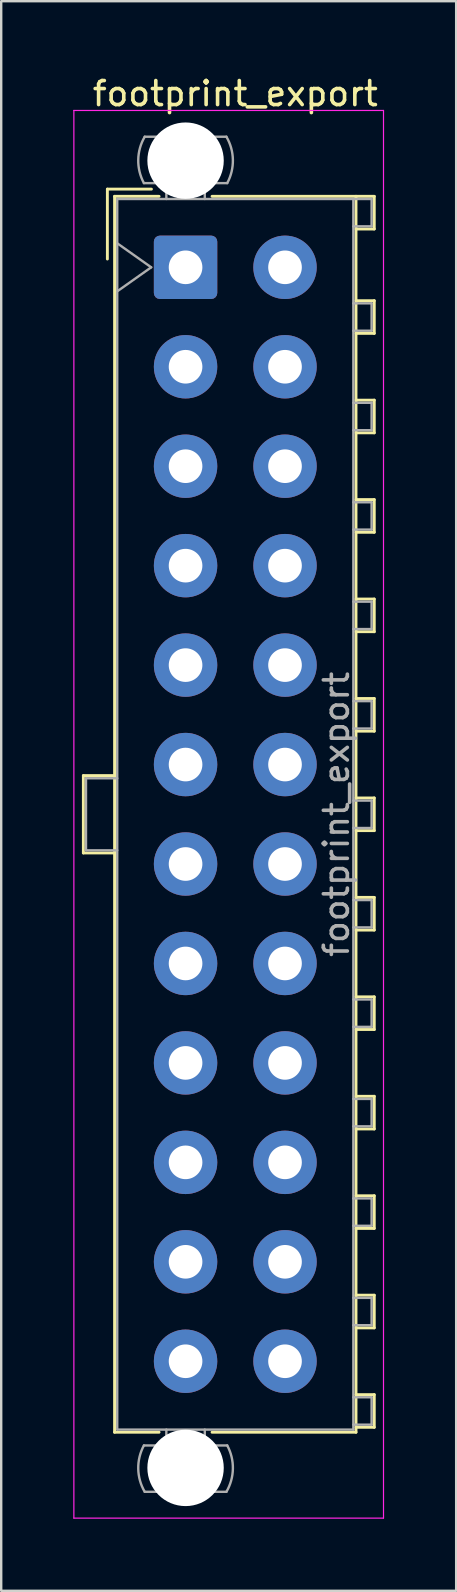
<source format=kicad_pcb>
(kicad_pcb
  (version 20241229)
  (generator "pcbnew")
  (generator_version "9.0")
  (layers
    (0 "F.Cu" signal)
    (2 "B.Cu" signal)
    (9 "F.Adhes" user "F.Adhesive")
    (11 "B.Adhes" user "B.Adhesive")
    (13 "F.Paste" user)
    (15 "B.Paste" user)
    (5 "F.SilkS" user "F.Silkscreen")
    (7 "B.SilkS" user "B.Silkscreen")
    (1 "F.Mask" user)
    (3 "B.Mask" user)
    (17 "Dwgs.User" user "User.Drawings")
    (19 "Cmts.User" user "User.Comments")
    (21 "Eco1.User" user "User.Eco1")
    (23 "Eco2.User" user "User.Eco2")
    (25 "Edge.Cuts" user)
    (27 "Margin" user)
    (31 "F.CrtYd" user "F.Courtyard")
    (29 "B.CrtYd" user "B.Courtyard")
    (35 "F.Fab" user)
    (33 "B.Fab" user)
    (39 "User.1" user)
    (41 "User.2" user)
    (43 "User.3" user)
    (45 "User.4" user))
  (footprint "footprint_export"
    (layer "F.Cu")
    (at 4.675 8.078)
    (property "Reference" "footprint_export" (at 2.07 -7.23 0) (layer "F.SilkS") (effects (font (size 1 1) (thickness 0.15))))
    (attr through_hole)
    (fp_line (start -4.255 21.16) (end -4.255 24.38) (stroke (width 0.12) (type solid)) (layer "F.SilkS"))
    (fp_line (start -4.255 24.38) (end -2.955 24.38) (stroke (width 0.12) (type solid)) (layer "F.SilkS"))
    (fp_line (start -3.255 -3.255) (end -3.255 -0.345) (stroke (width 0.12) (type solid)) (layer "F.SilkS"))
    (fp_line (start -2.955 -2.955) (end -2.955 48.495) (stroke (width 0.12) (type solid)) (layer "F.SilkS"))
    (fp_line (start -2.955 21.16) (end -4.255 21.16) (stroke (width 0.12) (type solid)) (layer "F.SilkS"))
    (fp_line (start -2.955 48.495) (end -1.103 48.495) (stroke (width 0.12) (type solid)) (layer "F.SilkS"))
    (fp_line (start -1.421 -3.255) (end -3.255 -3.255) (stroke (width 0.12) (type solid)) (layer "F.SilkS"))
    (fp_line (start -1.103 -2.955) (end -2.955 -2.955) (stroke (width 0.12) (type solid)) (layer "F.SilkS"))
    (fp_line (start 1.103 -2.955) (end 7.095 -2.955) (stroke (width 0.12) (type solid)) (layer "F.SilkS"))
    (fp_line (start 7.095 -2.955) (end 7.095 48.495) (stroke (width 0.12) (type solid)) (layer "F.SilkS"))
    (fp_line (start 7.095 -2.955) (end 7.855 -2.955) (stroke (width 0.12) (type solid)) (layer "F.SilkS"))
    (fp_line (start 7.095 1.39) (end 7.855 1.39) (stroke (width 0.12) (type solid)) (layer "F.SilkS"))
    (fp_line (start 7.095 5.53) (end 7.855 5.53) (stroke (width 0.12) (type solid)) (layer "F.SilkS"))
    (fp_line (start 7.095 9.67) (end 7.855 9.67) (stroke (width 0.12) (type solid)) (layer "F.SilkS"))
    (fp_line (start 7.095 13.81) (end 7.855 13.81) (stroke (width 0.12) (type solid)) (layer "F.SilkS"))
    (fp_line (start 7.095 17.95) (end 7.855 17.95) (stroke (width 0.12) (type solid)) (layer "F.SilkS"))
    (fp_line (start 7.095 22.09) (end 7.855 22.09) (stroke (width 0.12) (type solid)) (layer "F.SilkS"))
    (fp_line (start 7.095 26.23) (end 7.855 26.23) (stroke (width 0.12) (type solid)) (layer "F.SilkS"))
    (fp_line (start 7.095 30.37) (end 7.855 30.37) (stroke (width 0.12) (type solid)) (layer "F.SilkS"))
    (fp_line (start 7.095 34.51) (end 7.855 34.51) (stroke (width 0.12) (type solid)) (layer "F.SilkS"))
    (fp_line (start 7.095 38.65) (end 7.855 38.65) (stroke (width 0.12) (type solid)) (layer "F.SilkS"))
    (fp_line (start 7.095 42.79) (end 7.855 42.79) (stroke (width 0.12) (type solid)) (layer "F.SilkS"))
    (fp_line (start 7.095 46.93) (end 7.855 46.93) (stroke (width 0.12) (type solid)) (layer "F.SilkS"))
    (fp_line (start 7.095 48.495) (end 1.103 48.495) (stroke (width 0.12) (type solid)) (layer "F.SilkS"))
    (fp_line (start 7.855 -2.955) (end 7.855 -1.595) (stroke (width 0.12) (type solid)) (layer "F.SilkS"))
    (fp_line (start 7.855 -1.595) (end 7.095 -1.595) (stroke (width 0.12) (type solid)) (layer "F.SilkS"))
    (fp_line (start 7.855 1.39) (end 7.855 2.75) (stroke (width 0.12) (type solid)) (layer "F.SilkS"))
    (fp_line (start 7.855 2.75) (end 7.095 2.75) (stroke (width 0.12) (type solid)) (layer "F.SilkS"))
    (fp_line (start 7.855 5.53) (end 7.855 6.89) (stroke (width 0.12) (type solid)) (layer "F.SilkS"))
    (fp_line (start 7.855 6.89) (end 7.095 6.89) (stroke (width 0.12) (type solid)) (layer "F.SilkS"))
    (fp_line (start 7.855 9.67) (end 7.855 11.03) (stroke (width 0.12) (type solid)) (layer "F.SilkS"))
    (fp_line (start 7.855 11.03) (end 7.095 11.03) (stroke (width 0.12) (type solid)) (layer "F.SilkS"))
    (fp_line (start 7.855 13.81) (end 7.855 15.17) (stroke (width 0.12) (type solid)) (layer "F.SilkS"))
    (fp_line (start 7.855 15.17) (end 7.095 15.17) (stroke (width 0.12) (type solid)) (layer "F.SilkS"))
    (fp_line (start 7.855 17.95) (end 7.855 19.31) (stroke (width 0.12) (type solid)) (layer "F.SilkS"))
    (fp_line (start 7.855 19.31) (end 7.095 19.31) (stroke (width 0.12) (type solid)) (layer "F.SilkS"))
    (fp_line (start 7.855 22.09) (end 7.855 23.45) (stroke (width 0.12) (type solid)) (layer "F.SilkS"))
    (fp_line (start 7.855 23.45) (end 7.095 23.45) (stroke (width 0.12) (type solid)) (layer "F.SilkS"))
    (fp_line (start 7.855 26.23) (end 7.855 27.59) (stroke (width 0.12) (type solid)) (layer "F.SilkS"))
    (fp_line (start 7.855 27.59) (end 7.095 27.59) (stroke (width 0.12) (type solid)) (layer "F.SilkS"))
    (fp_line (start 7.855 30.37) (end 7.855 31.73) (stroke (width 0.12) (type solid)) (layer "F.SilkS"))
    (fp_line (start 7.855 31.73) (end 7.095 31.73) (stroke (width 0.12) (type solid)) (layer "F.SilkS"))
    (fp_line (start 7.855 34.51) (end 7.855 35.87) (stroke (width 0.12) (type solid)) (layer "F.SilkS"))
    (fp_line (start 7.855 35.87) (end 7.095 35.87) (stroke (width 0.12) (type solid)) (layer "F.SilkS"))
    (fp_line (start 7.855 38.65) (end 7.855 40.01) (stroke (width 0.12) (type solid)) (layer "F.SilkS"))
    (fp_line (start 7.855 40.01) (end 7.095 40.01) (stroke (width 0.12) (type solid)) (layer "F.SilkS"))
    (fp_line (start 7.855 42.79) (end 7.855 44.15) (stroke (width 0.12) (type solid)) (layer "F.SilkS"))
    (fp_line (start 7.855 44.15) (end 7.095 44.15) (stroke (width 0.12) (type solid)) (layer "F.SilkS"))
    (fp_line (start 7.855 46.93) (end 7.855 48.29) (stroke (width 0.12) (type solid)) (layer "F.SilkS"))
    (fp_line (start 7.855 48.29) (end 7.095 48.29) (stroke (width 0.12) (type solid)) (layer "F.SilkS"))
    (fp_line (start -4.65 -6.53) (end -4.65 52.07) (stroke (width 0.05) (type solid)) (layer "F.CrtYd"))
    (fp_line (start -4.65 52.07) (end 8.24 52.07) (stroke (width 0.05) (type solid)) (layer "F.CrtYd"))
    (fp_line (start 8.24 -6.53) (end -4.65 -6.53) (stroke (width 0.05) (type solid)) (layer "F.CrtYd"))
    (fp_line (start 8.24 52.07) (end 8.24 -6.53) (stroke (width 0.05) (type solid)) (layer "F.CrtYd"))
    (fp_line (start -4.145 21.27) (end -4.145 24.27) (stroke (width 0.1) (type solid)) (layer "F.Fab"))
    (fp_line (start -4.145 24.27) (end -2.845 24.27) (stroke (width 0.1) (type solid)) (layer "F.Fab"))
    (fp_line (start -2.845 -2.845) (end -2.845 48.385) (stroke (width 0.1) (type solid)) (layer "F.Fab"))
    (fp_line (start -2.845 -1) (end -1.431 0) (stroke (width 0.1) (type solid)) (layer "F.Fab"))
    (fp_line (start -2.845 21.27) (end -4.145 21.27) (stroke (width 0.1) (type solid)) (layer "F.Fab"))
    (fp_line (start -2.845 48.385) (end 6.985 48.385) (stroke (width 0.1) (type solid)) (layer "F.Fab"))
    (fp_line (start -1.431 0) (end -2.845 1) (stroke (width 0.1) (type solid)) (layer "F.Fab"))
    (fp_line (start -0.8 -2.845) (end -0.8 -3.505) (stroke (width 0.1) (type solid)) (layer "F.Fab"))
    (fp_line (start -0.8 48.385) (end -0.8 49.045) (stroke (width 0.1) (type solid)) (layer "F.Fab"))
    (fp_line (start 0.8 -2.845) (end 0.8 -3.505) (stroke (width 0.1) (type solid)) (layer "F.Fab"))
    (fp_line (start 0.8 48.385) (end 0.8 49.045) (stroke (width 0.1) (type solid)) (layer "F.Fab"))
    (fp_line (start 1.7 -5.436) (end -1.7 -5.436) (stroke (width 0.1) (type solid)) (layer "F.Fab"))
    (fp_line (start 1.7 50.976) (end -1.7 50.976) (stroke (width 0.1) (type solid)) (layer "F.Fab"))
    (fp_line (start 1.734 -3.505) (end -1.734 -3.505) (stroke (width 0.1) (type solid)) (layer "F.Fab"))
    (fp_line (start 1.734 49.045) (end -1.734 49.045) (stroke (width 0.1) (type solid)) (layer "F.Fab"))
    (fp_line (start 6.985 -2.845) (end -2.845 -2.845) (stroke (width 0.1) (type solid)) (layer "F.Fab"))
    (fp_line (start 6.985 -2.845) (end 7.745 -2.845) (stroke (width 0.1) (type solid)) (layer "F.Fab"))
    (fp_line (start 6.985 1.5) (end 7.745 1.5) (stroke (width 0.1) (type solid)) (layer "F.Fab"))
    (fp_line (start 6.985 5.64) (end 7.745 5.64) (stroke (width 0.1) (type solid)) (layer "F.Fab"))
    (fp_line (start 6.985 9.78) (end 7.745 9.78) (stroke (width 0.1) (type solid)) (layer "F.Fab"))
    (fp_line (start 6.985 13.92) (end 7.745 13.92) (stroke (width 0.1) (type solid)) (layer "F.Fab"))
    (fp_line (start 6.985 18.06) (end 7.745 18.06) (stroke (width 0.1) (type solid)) (layer "F.Fab"))
    (fp_line (start 6.985 22.2) (end 7.745 22.2) (stroke (width 0.1) (type solid)) (layer "F.Fab"))
    (fp_line (start 6.985 26.34) (end 7.745 26.34) (stroke (width 0.1) (type solid)) (layer "F.Fab"))
    (fp_line (start 6.985 30.48) (end 7.745 30.48) (stroke (width 0.1) (type solid)) (layer "F.Fab"))
    (fp_line (start 6.985 34.62) (end 7.745 34.62) (stroke (width 0.1) (type solid)) (layer "F.Fab"))
    (fp_line (start 6.985 38.76) (end 7.745 38.76) (stroke (width 0.1) (type solid)) (layer "F.Fab"))
    (fp_line (start 6.985 42.9) (end 7.745 42.9) (stroke (width 0.1) (type solid)) (layer "F.Fab"))
    (fp_line (start 6.985 47.04) (end 7.745 47.04) (stroke (width 0.1) (type solid)) (layer "F.Fab"))
    (fp_line (start 6.985 48.385) (end 6.985 -2.845) (stroke (width 0.1) (type solid)) (layer "F.Fab"))
    (fp_line (start 7.745 -2.845) (end 7.745 -1.705) (stroke (width 0.1) (type solid)) (layer "F.Fab"))
    (fp_line (start 7.745 -1.705) (end 6.985 -1.705) (stroke (width 0.1) (type solid)) (layer "F.Fab"))
    (fp_line (start 7.745 1.5) (end 7.745 2.64) (stroke (width 0.1) (type solid)) (layer "F.Fab"))
    (fp_line (start 7.745 2.64) (end 6.985 2.64) (stroke (width 0.1) (type solid)) (layer "F.Fab"))
    (fp_line (start 7.745 5.64) (end 7.745 6.78) (stroke (width 0.1) (type solid)) (layer "F.Fab"))
    (fp_line (start 7.745 6.78) (end 6.985 6.78) (stroke (width 0.1) (type solid)) (layer "F.Fab"))
    (fp_line (start 7.745 9.78) (end 7.745 10.92) (stroke (width 0.1) (type solid)) (layer "F.Fab"))
    (fp_line (start 7.745 10.92) (end 6.985 10.92) (stroke (width 0.1) (type solid)) (layer "F.Fab"))
    (fp_line (start 7.745 13.92) (end 7.745 15.06) (stroke (width 0.1) (type solid)) (layer "F.Fab"))
    (fp_line (start 7.745 15.06) (end 6.985 15.06) (stroke (width 0.1) (type solid)) (layer "F.Fab"))
    (fp_line (start 7.745 18.06) (end 7.745 19.2) (stroke (width 0.1) (type solid)) (layer "F.Fab"))
    (fp_line (start 7.745 19.2) (end 6.985 19.2) (stroke (width 0.1) (type solid)) (layer "F.Fab"))
    (fp_line (start 7.745 22.2) (end 7.745 23.34) (stroke (width 0.1) (type solid)) (layer "F.Fab"))
    (fp_line (start 7.745 23.34) (end 6.985 23.34) (stroke (width 0.1) (type solid)) (layer "F.Fab"))
    (fp_line (start 7.745 26.34) (end 7.745 27.48) (stroke (width 0.1) (type solid)) (layer "F.Fab"))
    (fp_line (start 7.745 27.48) (end 6.985 27.48) (stroke (width 0.1) (type solid)) (layer "F.Fab"))
    (fp_line (start 7.745 30.48) (end 7.745 31.62) (stroke (width 0.1) (type solid)) (layer "F.Fab"))
    (fp_line (start 7.745 31.62) (end 6.985 31.62) (stroke (width 0.1) (type solid)) (layer "F.Fab"))
    (fp_line (start 7.745 34.62) (end 7.745 35.76) (stroke (width 0.1) (type solid)) (layer "F.Fab"))
    (fp_line (start 7.745 35.76) (end 6.985 35.76) (stroke (width 0.1) (type solid)) (layer "F.Fab"))
    (fp_line (start 7.745 38.76) (end 7.745 39.9) (stroke (width 0.1) (type solid)) (layer "F.Fab"))
    (fp_line (start 7.745 39.9) (end 6.985 39.9) (stroke (width 0.1) (type solid)) (layer "F.Fab"))
    (fp_line (start 7.745 42.9) (end 7.745 44.04) (stroke (width 0.1) (type solid)) (layer "F.Fab"))
    (fp_line (start 7.745 44.04) (end 6.985 44.04) (stroke (width 0.1) (type solid)) (layer "F.Fab"))
    (fp_line (start 7.745 47.04) (end 7.745 48.18) (stroke (width 0.1) (type solid)) (layer "F.Fab"))
    (fp_line (start 7.745 48.18) (end 6.985 48.18) (stroke (width 0.1) (type solid)) (layer "F.Fab"))
    (fp_arc (start -1.733977 -3.505) (mid -1.96969 -4.474992) (end -1.699672 -5.436) (stroke (width 0.1) (type solid)) (layer "F.Fab"))
    (fp_arc (start -1.699672 50.976) (mid -1.969689 50.014992) (end -1.733977 49.045) (stroke (width 0.1) (type solid)) (layer "F.Fab"))
    (fp_arc (start 1.699672 -5.436) (mid 1.969689 -4.474992) (end 1.733977 -3.505) (stroke (width 0.1) (type solid)) (layer "F.Fab"))
    (fp_arc (start 1.733977 49.045) (mid 1.96969 50.014992) (end 1.699672 50.976) (stroke (width 0.1) (type solid)) (layer "F.Fab"))
    (fp_text user "${REFERENCE}" (at 6.28 22.77 90) (layer "F.Fab") (effects (font (size 1 1) (thickness 0.15))))
    (pad "" np_thru_hole circle (at 0 -4.44) (size 3.18 3.18) (drill 3.18) (layers "*.Cu" "*.Mask"))
    (pad "" np_thru_hole circle (at 0 49.98) (size 3.18 3.18) (drill 3.18) (layers "*.Cu" "*.Mask"))
    (pad "1" thru_hole roundrect (at 0 0) (size 2.64 2.64) (drill 1.4) (layers "*.Cu" "*.Mask") (roundrect_rratio 0.095))
    (pad "2" thru_hole circle (at 0 4.14) (size 2.64 2.64) (drill 1.4) (layers "*.Cu" "*.Mask"))
    (pad "3" thru_hole circle (at 0 8.28) (size 2.64 2.64) (drill 1.4) (layers "*.Cu" "*.Mask"))
    (pad "4" thru_hole circle (at 0 12.42) (size 2.64 2.64) (drill 1.4) (layers "*.Cu" "*.Mask"))
    (pad "5" thru_hole circle (at 0 16.56) (size 2.64 2.64) (drill 1.4) (layers "*.Cu" "*.Mask"))
    (pad "6" thru_hole circle (at 0 20.7) (size 2.64 2.64) (drill 1.4) (layers "*.Cu" "*.Mask"))
    (pad "7" thru_hole circle (at 0 24.84) (size 2.64 2.64) (drill 1.4) (layers "*.Cu" "*.Mask"))
    (pad "8" thru_hole circle (at 0 28.98) (size 2.64 2.64) (drill 1.4) (layers "*.Cu" "*.Mask"))
    (pad "9" thru_hole circle (at 0 33.12) (size 2.64 2.64) (drill 1.4) (layers "*.Cu" "*.Mask"))
    (pad "10" thru_hole circle (at 0 37.26) (size 2.64 2.64) (drill 1.4) (layers "*.Cu" "*.Mask"))
    (pad "11" thru_hole circle (at 0 41.4) (size 2.64 2.64) (drill 1.4) (layers "*.Cu" "*.Mask"))
    (pad "12" thru_hole circle (at 0 45.54) (size 2.64 2.64) (drill 1.4) (layers "*.Cu" "*.Mask"))
    (pad "13" thru_hole circle (at 4.14 0) (size 2.64 2.64) (drill 1.4) (layers "*.Cu" "*.Mask"))
    (pad "14" thru_hole circle (at 4.14 4.14) (size 2.64 2.64) (drill 1.4) (layers "*.Cu" "*.Mask"))
    (pad "15" thru_hole circle (at 4.14 8.28) (size 2.64 2.64) (drill 1.4) (layers "*.Cu" "*.Mask"))
    (pad "16" thru_hole circle (at 4.14 12.42) (size 2.64 2.64) (drill 1.4) (layers "*.Cu" "*.Mask"))
    (pad "17" thru_hole circle (at 4.14 16.56) (size 2.64 2.64) (drill 1.4) (layers "*.Cu" "*.Mask"))
    (pad "18" thru_hole circle (at 4.14 20.7) (size 2.64 2.64) (drill 1.4) (layers "*.Cu" "*.Mask"))
    (pad "19" thru_hole circle (at 4.14 24.84) (size 2.64 2.64) (drill 1.4) (layers "*.Cu" "*.Mask"))
    (pad "20" thru_hole circle (at 4.14 28.98) (size 2.64 2.64) (drill 1.4) (layers "*.Cu" "*.Mask"))
    (pad "21" thru_hole circle (at 4.14 33.12) (size 2.64 2.64) (drill 1.4) (layers "*.Cu" "*.Mask"))
    (pad "22" thru_hole circle (at 4.14 37.26) (size 2.64 2.64) (drill 1.4) (layers "*.Cu" "*.Mask"))
    (pad "23" thru_hole circle (at 4.14 41.4) (size 2.64 2.64) (drill 1.4) (layers "*.Cu" "*.Mask"))
    (pad "24" thru_hole circle (at 4.14 45.54) (size 2.64 2.64) (drill 1.4) (layers "*.Cu" "*.Mask")))
  (gr_rect
    (start -3 -3)
    (end 15.94 63.173)
    (stroke (width 0.1) (type default))
    (fill no)
    (layer "Edge.Cuts")))
</source>
